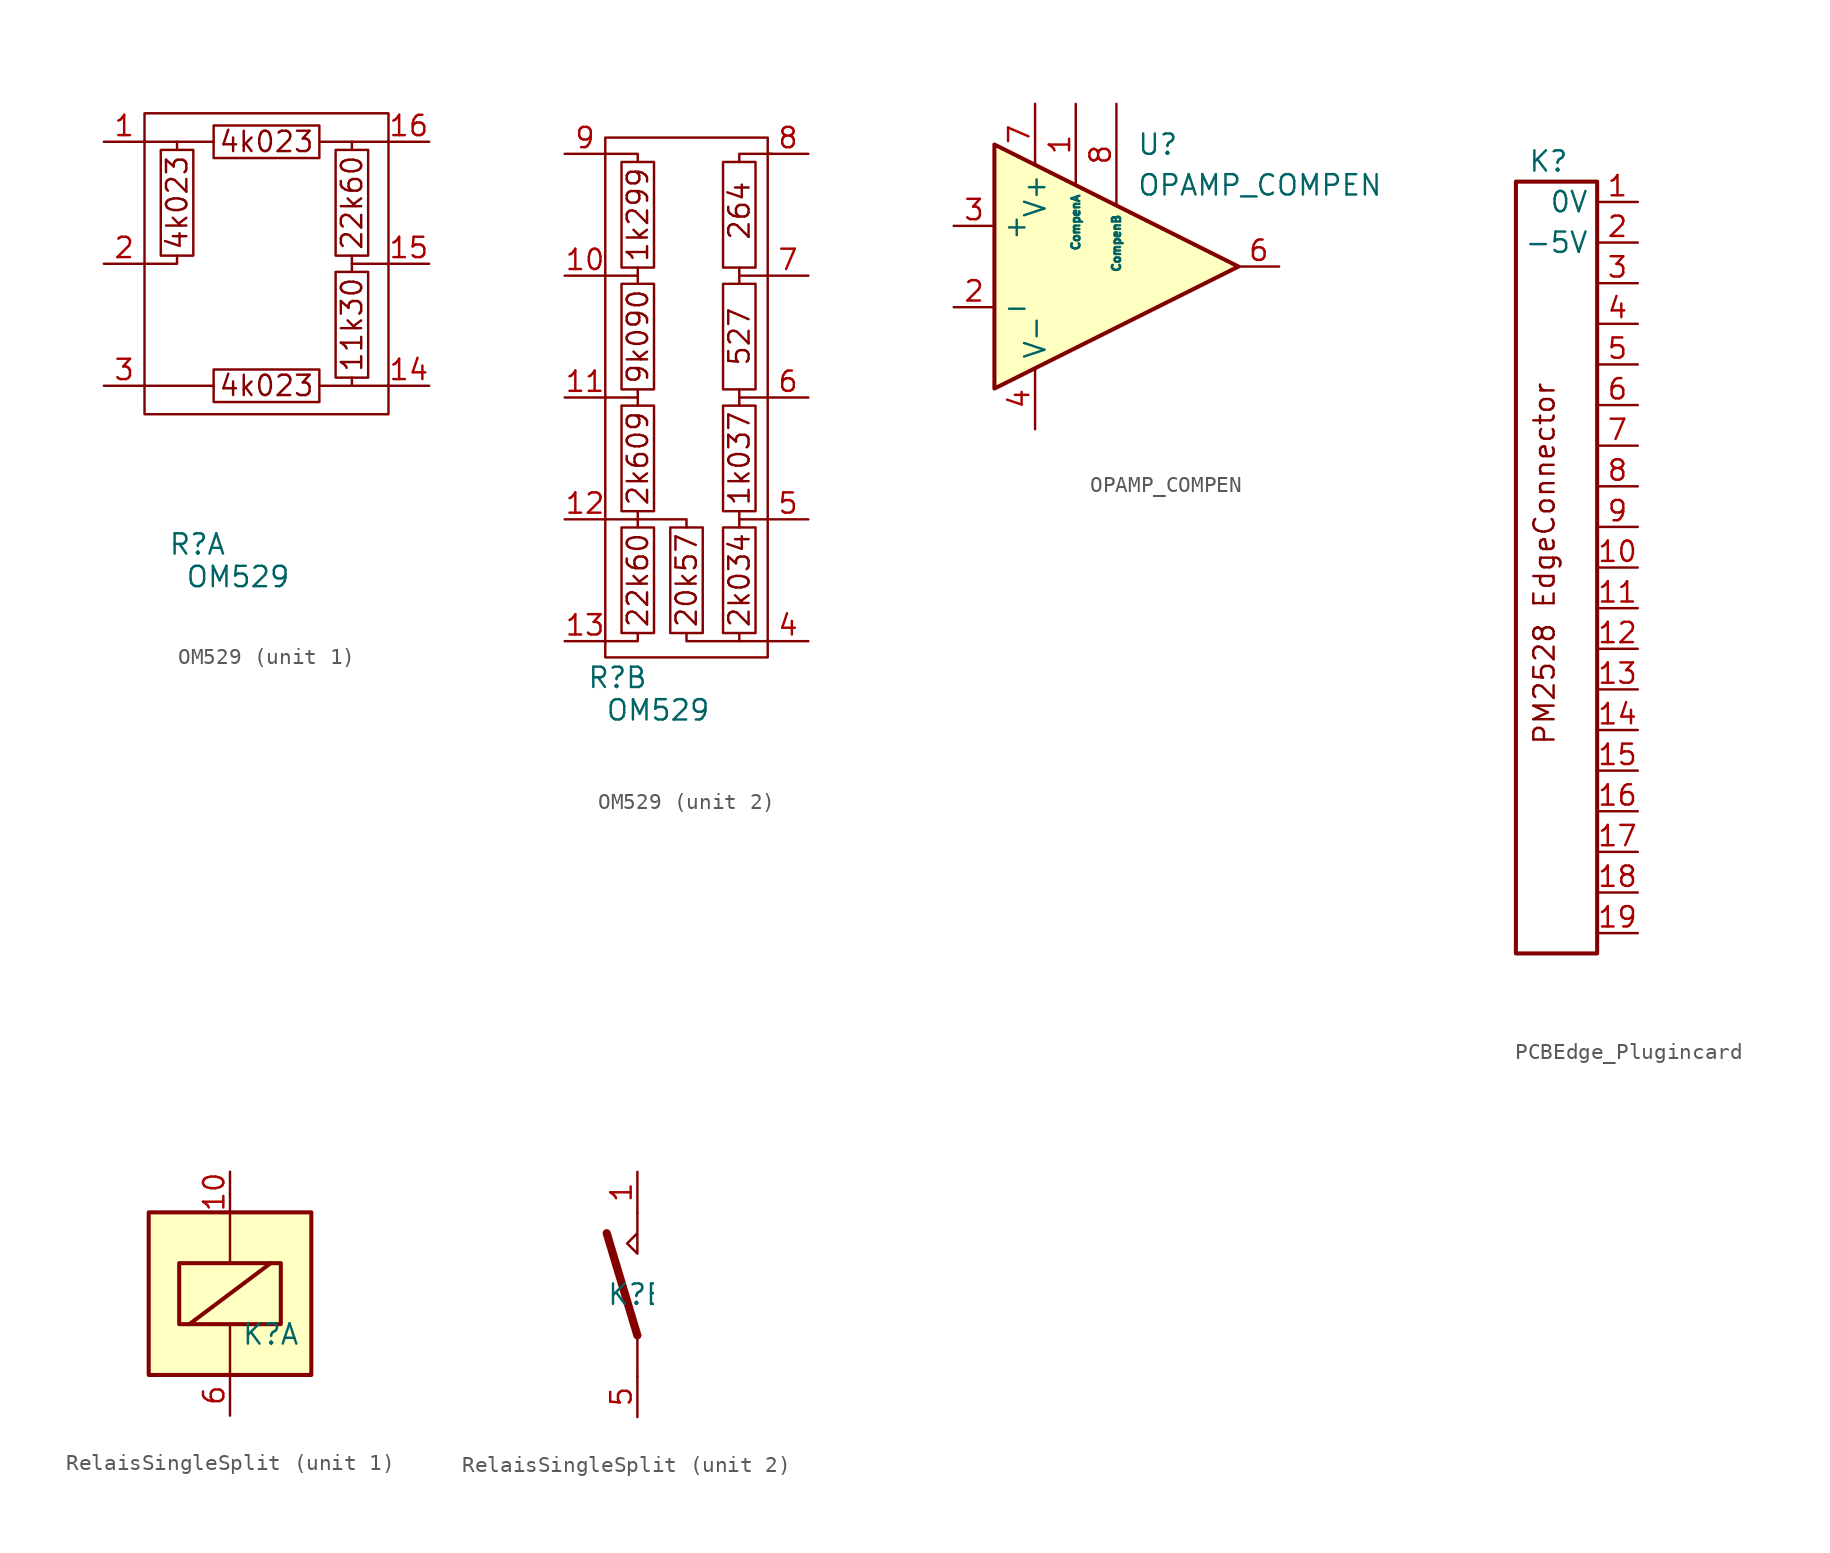
<source format=kicad_sym>
(kicad_symbol_lib
  (version 20241209)
  (generator "kicad_symbol_editor")
  (generator_version "9.0")
  (symbol "OM529"
    (property "Reference" "R"
      (at -4.318 -17.526 0)
      (effects (font (size 1.27 1.27))))
    (property "Value" "OM529"
      (at -1.778 -19.558 0)
      (effects (font (size 1.27 1.27))))
    (property "ki_locked" ""
      (at 0 0 0)
      (effects (font (size 1.27 1.27))))
    (symbol "OM529_1_1"
      (unit_name "UnitA")
      (rectangle (start -7.62 9.398) (end 7.62 -9.398) (stroke (width 0) (type default)) (fill (type none)))
      (polyline (pts (xy -7.62 7.62) (xy -3.302 7.62)) (stroke (width 0) (type default)) (fill (type none)))
      (polyline (pts (xy -7.62 0) (xy -5.588 0) (xy -5.588 0.508)) (stroke (width 0) (type default)) (fill (type none)))
      (polyline (pts (xy -7.62 -7.62) (xy -3.302 -7.62)) (stroke (width 0) (type default)) (fill (type none)))
      (rectangle (start -6.604 7.112) (end -4.572 0.508) (stroke (width 0) (type default)) (fill (type none)))
      (polyline (pts (xy -5.588 7.112) (xy -5.588 7.62)) (stroke (width 0) (type default)) (fill (type none)))
      (rectangle (start -3.302 8.636) (end 3.302 6.604) (stroke (width 0) (type default)) (fill (type none)))
      (rectangle (start -3.302 -6.604) (end 3.302 -8.636) (stroke (width 0) (type default)) (fill (type none)))
      (polyline (pts (xy 3.302 7.62) (xy 5.334 7.62)) (stroke (width 0) (type default)) (fill (type none)))
      (rectangle (start 4.318 7.112) (end 6.35 0.508) (stroke (width 0) (type default)) (fill (type none)))
      (polyline (pts (xy 5.334 0) (xy 5.334 0.508)) (stroke (width 0) (type default)) (fill (type none)))
      (polyline (pts (xy 5.334 -7.62) (xy 3.302 -7.62)) (stroke (width 0) (type default)) (fill (type none)))
      (rectangle (start 6.35 -7.112) (end 4.318 -0.508) (stroke (width 0) (type default)) (fill (type none)))
      (polyline (pts (xy 7.62 7.62) (xy 5.334 7.62) (xy 5.334 7.112)) (stroke (width 0) (type default)) (fill (type none)))
      (polyline (pts (xy 7.62 0) (xy 5.334 0) (xy 5.334 -0.508)) (stroke (width 0) (type default)) (fill (type none)))
      (polyline (pts (xy 7.62 -7.62) (xy 5.334 -7.62) (xy 5.334 -7.112)) (stroke (width 0) (type default)) (fill (type none)))
      (text "4k023" (at -5.588 3.81 900) (effects (font (size 1.27 1.27))))
      (text "4k023" (at 0 7.62 0) (effects (font (size 1.27 1.27))))
      (text "4k023" (at 0 -7.62 0) (effects (font (size 1.27 1.27))))
      (text "22k60" (at 5.334 3.81 900) (effects (font (size 1.27 1.27))))
      (text "11k30" (at 5.334 -3.81 900) (effects (font (size 1.27 1.27))))
      (pin passive line (at -10.16 7.62 0) (length 2.54) (name "" (effects (font (size 1.27 1.27)))) (number "1" (effects (font (size 1.27 1.27)))))
      (pin passive line (at -10.16 0 0) (length 2.54) (name "" (effects (font (size 1.27 1.27)))) (number "2" (effects (font (size 1.27 1.27)))))
      (pin passive line (at -10.16 -7.62 0) (length 2.54) (name "" (effects (font (size 1.27 1.27)))) (number "3" (effects (font (size 1.27 1.27)))))
      (pin passive line (at 10.16 7.62 180) (length 2.54) (name "" (effects (font (size 1.27 1.27)))) (number "16" (effects (font (size 1.27 1.27)))))
      (pin passive line (at 10.16 0 180) (length 2.54) (name "" (effects (font (size 1.27 1.27)))) (number "15" (effects (font (size 1.27 1.27)))))
      (pin passive line (at 10.16 -7.62 180) (length 2.54) (name "" (effects (font (size 1.27 1.27)))) (number "14" (effects (font (size 1.27 1.27))))))
    (symbol "OM529_2_1"
      (unit_name "Unit B")
      (rectangle (start -5.08 16.256) (end 5.08 -16.256) (stroke (width 0) (type default)) (fill (type none)))
      (polyline (pts (xy -5.08 15.24) (xy -3.048 15.24) (xy -3.048 14.732)) (stroke (width 0) (type default)) (fill (type none)))
      (polyline (pts (xy -5.08 7.62) (xy -3.048 7.62)) (stroke (width 0) (type default)) (fill (type none)))
      (polyline (pts (xy -5.08 0) (xy -3.048 0)) (stroke (width 0) (type default)) (fill (type none)))
      (polyline (pts (xy -5.08 -7.62) (xy -3.048 -7.62)) (stroke (width 0) (type default)) (fill (type none)))
      (rectangle (start -4.064 14.732) (end -2.032 8.128) (stroke (width 0) (type default)) (fill (type none)))
      (rectangle (start -4.064 7.112) (end -2.032 0.508) (stroke (width 0) (type default)) (fill (type none)))
      (rectangle (start -4.064 -0.508) (end -2.032 -7.112) (stroke (width 0) (type default)) (fill (type none)))
      (rectangle (start -4.064 -8.128) (end -2.032 -14.732) (stroke (width 0) (type default)) (fill (type none)))
      (polyline (pts (xy -3.048 8.128) (xy -3.048 7.112)) (stroke (width 0) (type default)) (fill (type none)))
      (polyline (pts (xy -3.048 0.508) (xy -3.048 -0.508)) (stroke (width 0) (type default)) (fill (type none)))
      (polyline (pts (xy -3.048 -7.112) (xy -3.048 -8.128)) (stroke (width 0) (type default)) (fill (type none)))
      (polyline (pts (xy -3.048 -7.62) (xy 0 -7.62) (xy 0 -8.128)) (stroke (width 0) (type default)) (fill (type none)))
      (polyline (pts (xy -3.048 -14.732) (xy -3.048 -15.24) (xy -5.08 -15.24)) (stroke (width 0) (type default)) (fill (type none)))
      (rectangle (start -1.016 -8.128) (end 1.016 -14.732) (stroke (width 0) (type default)) (fill (type none)))
      (rectangle (start 2.286 14.732) (end 4.318 8.128) (stroke (width 0) (type default)) (fill (type none)))
      (rectangle (start 2.286 7.112) (end 4.318 0.508) (stroke (width 0) (type default)) (fill (type none)))
      (rectangle (start 2.286 -0.508) (end 4.318 -7.112) (stroke (width 0) (type default)) (fill (type none)))
      (rectangle (start 2.286 -8.128) (end 4.318 -14.732) (stroke (width 0) (type default)) (fill (type none)))
      (polyline (pts (xy 3.302 8.128) (xy 3.302 7.112)) (stroke (width 0) (type default)) (fill (type none)))
      (polyline (pts (xy 3.302 0.508) (xy 3.302 -0.508)) (stroke (width 0) (type default)) (fill (type none)))
      (polyline (pts (xy 3.302 -7.112) (xy 3.302 -8.128)) (stroke (width 0) (type default)) (fill (type none)))
      (polyline (pts (xy 3.302 -14.732) (xy 3.302 -15.24) (xy 5.08 -15.24)) (stroke (width 0) (type default)) (fill (type none)))
      (polyline (pts (xy 3.302 -15.24) (xy 0 -15.24) (xy 0 -14.732)) (stroke (width 0) (type default)) (fill (type none)))
      (polyline (pts (xy 5.08 7.62) (xy 3.302 7.62)) (stroke (width 0) (type default)) (fill (type none)))
      (polyline (pts (xy 5.08 0) (xy 3.302 0)) (stroke (width 0) (type default)) (fill (type none)))
      (polyline (pts (xy 5.08 -7.62) (xy 3.302 -7.62)) (stroke (width 0) (type default)) (fill (type none)))
      (polyline (pts (xy 5.334 15.24) (xy 3.302 15.24) (xy 3.302 14.732)) (stroke (width 0) (type default)) (fill (type none)))
      (text "1k299" (at -3.048 11.43 900) (effects (font (size 1.27 1.27))))
      (text "9k090" (at -3.048 3.81 900) (effects (font (size 1.27 1.27))))
      (text "2k609" (at -3.048 -3.81 900) (effects (font (size 1.27 1.27))))
      (text "22k60" (at -3.048 -11.43 900) (effects (font (size 1.27 1.27))))
      (text "20k57" (at 0 -11.43 900) (effects (font (size 1.27 1.27))))
      (text "264" (at 3.302 11.684 900) (effects (font (size 1.27 1.27))))
      (text "527" (at 3.302 3.81 900) (effects (font (size 1.27 1.27))))
      (text "1k037" (at 3.302 -3.81 900) (effects (font (size 1.27 1.27))))
      (text "2k034" (at 3.302 -11.43 900) (effects (font (size 1.27 1.27))))
      (pin passive line (at -7.62 15.24 0) (length 2.54) (name "" (effects (font (size 1.27 1.27)))) (number "9" (effects (font (size 1.27 1.27)))))
      (pin passive line (at -7.62 7.62 0) (length 2.54) (name "" (effects (font (size 1.27 1.27)))) (number "10" (effects (font (size 1.27 1.27)))))
      (pin passive line (at -7.62 0 0) (length 2.54) (name "" (effects (font (size 1.27 1.27)))) (number "11" (effects (font (size 1.27 1.27)))))
      (pin passive line (at -7.62 -7.62 0) (length 2.54) (name "" (effects (font (size 1.27 1.27)))) (number "12" (effects (font (size 1.27 1.27)))))
      (pin passive line (at -7.62 -15.24 0) (length 2.54) (name "" (effects (font (size 1.27 1.27)))) (number "13" (effects (font (size 1.27 1.27)))))
      (pin passive line (at 7.62 15.24 180) (length 2.54) (name "" (effects (font (size 1.27 1.27)))) (number "8" (effects (font (size 1.27 1.27)))))
      (pin passive line (at 7.62 7.62 180) (length 2.54) (name "" (effects (font (size 1.27 1.27)))) (number "7" (effects (font (size 1.27 1.27)))))
      (pin passive line (at 7.62 0 180) (length 2.54) (name "" (effects (font (size 1.27 1.27)))) (number "6" (effects (font (size 1.27 1.27)))))
      (pin passive line (at 7.62 -7.62 180) (length 2.54) (name "" (effects (font (size 1.27 1.27)))) (number "5" (effects (font (size 1.27 1.27)))))
      (pin passive line (at 7.62 -15.24 180) (length 2.54) (name "" (effects (font (size 1.27 1.27)))) (number "4" (effects (font (size 1.27 1.27)))))))
  (symbol "OPAMP_COMPEN"
    (property "Reference" "U"
      (at 1.27 7.62 0)
      (effects (font (size 1.27 1.27)) (justify left)))
    (property "Value" "OPAMP_COMPEN"
      (at 1.27 5.08 0)
      (effects (font (size 1.27 1.27)) (justify left)))
    (symbol "OPAMP_COMPEN_0_1"
      (polyline (pts (xy -7.62 7.62) (xy 7.62 0) (xy -7.62 -7.62) (xy -7.62 7.62)) (stroke (width 0.254) (type default)) (fill (type background))))
    (symbol "OPAMP_COMPEN_1_1"
      (pin input line (at -10.16 2.54 0) (length 2.54) (name "+" (effects (font (size 1.27 1.27)))) (number "3" (effects (font (size 1.27 1.27)))))
      (pin input line (at -10.16 -2.54 0) (length 2.54) (name "-" (effects (font (size 1.27 1.27)))) (number "2" (effects (font (size 1.27 1.27)))))
      (pin power_in line (at -5.08 10.16 270) (length 3.81) (name "V+" (effects (font (size 1.27 1.27)))) (number "7" (effects (font (size 1.27 1.27)))))
      (pin power_in line (at -5.08 -10.16 90) (length 3.81) (name "V-" (effects (font (size 1.27 1.27)))) (number "4" (effects (font (size 1.27 1.27)))))
      (pin input line (at -2.54 10.16 270) (length 5.08) (name "CompenA" (effects (font (size 0.508 0.508)))) (number "1" (effects (font (size 1.27 1.27)))))
      (pin input line (at 0 10.16 270) (length 6.35) (name "CompenB" (effects (font (size 0.508 0.508)))) (number "8" (effects (font (size 1.27 1.27)))))
      (pin output line (at 10.16 0 180) (length 2.54) (name "~" (effects (font (size 1.27 1.27)))) (number "6" (effects (font (size 1.27 1.27)))))))
  (symbol "PCBEdge_Plugincard"
    (property "Reference" "K"
      (at -0.508 25.4 0)
      (effects (font (size 1.27 1.27))))
    (property "Value" ""
      (at 11.43 22.86 0)
      (effects (font (size 1.27 1.27))))
    (symbol "PCBEdge_Plugincard_1_1"
      (rectangle (start -2.54 24.13) (end 2.54 -24.13) (stroke (width 0.254) (type default)) (fill (type none)))
      (text "PM2528 EdgeConnector" (at -0.762 0.254 900) (effects (font (size 1.27 1.27))))
      (pin passive line (at 5.08 22.86 180) (length 2.54) (name "0V" (effects (font (size 1.27 1.27)))) (number "1" (effects (font (size 1.27 1.27)))))
      (pin passive line (at 5.08 20.32 180) (length 2.54) (name "-5V" (effects (font (size 1.27 1.27)))) (number "2" (effects (font (size 1.27 1.27)))))
      (pin passive line (at 5.08 17.78 180) (length 2.54) (name "" (effects (font (size 1.27 1.27)))) (number "3" (effects (font (size 1.27 1.27)))))
      (pin passive line (at 5.08 15.24 180) (length 2.54) (name "" (effects (font (size 1.27 1.27)))) (number "4" (effects (font (size 1.27 1.27)))))
      (pin passive line (at 5.08 12.7 180) (length 2.54) (name "" (effects (font (size 1.27 1.27)))) (number "5" (effects (font (size 1.27 1.27)))))
      (pin passive line (at 5.08 10.16 180) (length 2.54) (name "" (effects (font (size 1.27 1.27)))) (number "6" (effects (font (size 1.27 1.27)))))
      (pin passive line (at 5.08 7.62 180) (length 2.54) (name "" (effects (font (size 1.27 1.27)))) (number "7" (effects (font (size 1.27 1.27)))))
      (pin passive line (at 5.08 5.08 180) (length 2.54) (name "" (effects (font (size 1.27 1.27)))) (number "8" (effects (font (size 1.27 1.27)))))
      (pin passive line (at 5.08 2.54 180) (length 2.54) (name "" (effects (font (size 1.27 1.27)))) (number "9" (effects (font (size 1.27 1.27)))))
      (pin passive line (at 5.08 0 180) (length 2.54) (name "" (effects (font (size 1.27 1.27)))) (number "10" (effects (font (size 1.27 1.27)))))
      (pin passive line (at 5.08 -2.54 180) (length 2.54) (name "" (effects (font (size 1.27 1.27)))) (number "11" (effects (font (size 1.27 1.27)))))
      (pin passive line (at 5.08 -5.08 180) (length 2.54) (name "" (effects (font (size 1.27 1.27)))) (number "12" (effects (font (size 1.27 1.27)))))
      (pin passive line (at 5.08 -7.62 180) (length 2.54) (name "" (effects (font (size 1.27 1.27)))) (number "13" (effects (font (size 1.27 1.27)))))
      (pin passive line (at 5.08 -10.16 180) (length 2.54) (name "" (effects (font (size 1.27 1.27)))) (number "14" (effects (font (size 1.27 1.27)))))
      (pin passive line (at 5.08 -12.7 180) (length 2.54) (name "" (effects (font (size 1.27 1.27)))) (number "15" (effects (font (size 1.27 1.27)))))
      (pin passive line (at 5.08 -15.24 180) (length 2.54) (name "" (effects (font (size 1.27 1.27)))) (number "16" (effects (font (size 1.27 1.27)))))
      (pin passive line (at 5.08 -17.78 180) (length 2.54) (name "" (effects (font (size 1.27 1.27)))) (number "17" (effects (font (size 1.27 1.27)))))
      (pin passive line (at 5.08 -20.32 180) (length 2.54) (name "" (effects (font (size 1.27 1.27)))) (number "18" (effects (font (size 1.27 1.27)))))
      (pin passive line (at 5.08 -22.86 180) (length 2.54) (name "" (effects (font (size 1.27 1.27)))) (number "19" (effects (font (size 1.27 1.27)))))))
  (symbol "RelaisSingleSplit"
    (property "Reference" "K"
      (at 0 0 0)
      (effects (font (size 1.27 1.27))))
    (property "Value" ""
      (at 0 0 0)
      (effects (font (size 1.27 1.27))))
    (property "ki_locked" ""
      (at 0 0 0)
      (effects (font (size 1.27 1.27))))
    (symbol "RelaisSingleSplit_1_1"
      (rectangle (start -7.62 7.62) (end 2.54 -2.54) (stroke (width 0.254) (type default)) (fill (type background)))
      (rectangle (start -5.715 4.445) (end 0.635 0.635) (stroke (width 0.254) (type default)) (fill (type none)))
      (polyline (pts (xy -5.08 0.635) (xy 0 4.445)) (stroke (width 0.254) (type default)) (fill (type none)))
      (polyline (pts (xy -2.54 7.62) (xy -2.54 4.445)) (stroke (width 0) (type default)) (fill (type none)))
      (polyline (pts (xy -2.54 -2.54) (xy -2.54 0.635)) (stroke (width 0) (type default)) (fill (type none)))
      (pin passive line (at -2.54 10.16 270) (length 2.54) (name "~" (effects (font (size 1.27 1.27)))) (number "10" (effects (font (size 1.27 1.27)))))
      (pin passive line (at -2.54 -5.08 90) (length 2.54) (name "~" (effects (font (size 1.27 1.27)))) (number "6" (effects (font (size 1.27 1.27))))))
    (symbol "RelaisSingleSplit_2_1"
      (polyline (pts (xy 0 5.08) (xy 0 2.54) (xy -0.635 3.175) (xy 0 3.81)) (stroke (width 0) (type default)) (fill (type none)))
      (polyline (pts (xy 0 -2.54) (xy -1.905 3.81)) (stroke (width 0.508) (type default)) (fill (type none)))
      (polyline (pts (xy 0 -2.54) (xy 0 -5.08)) (stroke (width 0) (type default)) (fill (type none)))
      (pin passive line (at 0 7.62 270) (length 2.54) (name "~" (effects (font (size 1.27 1.27)))) (number "1" (effects (font (size 1.27 1.27)))))
      (pin passive line (at 0 -7.62 90) (length 2.54) (name "~" (effects (font (size 1.27 1.27)))) (number "5" (effects (font (size 1.27 1.27))))))))
</source>
